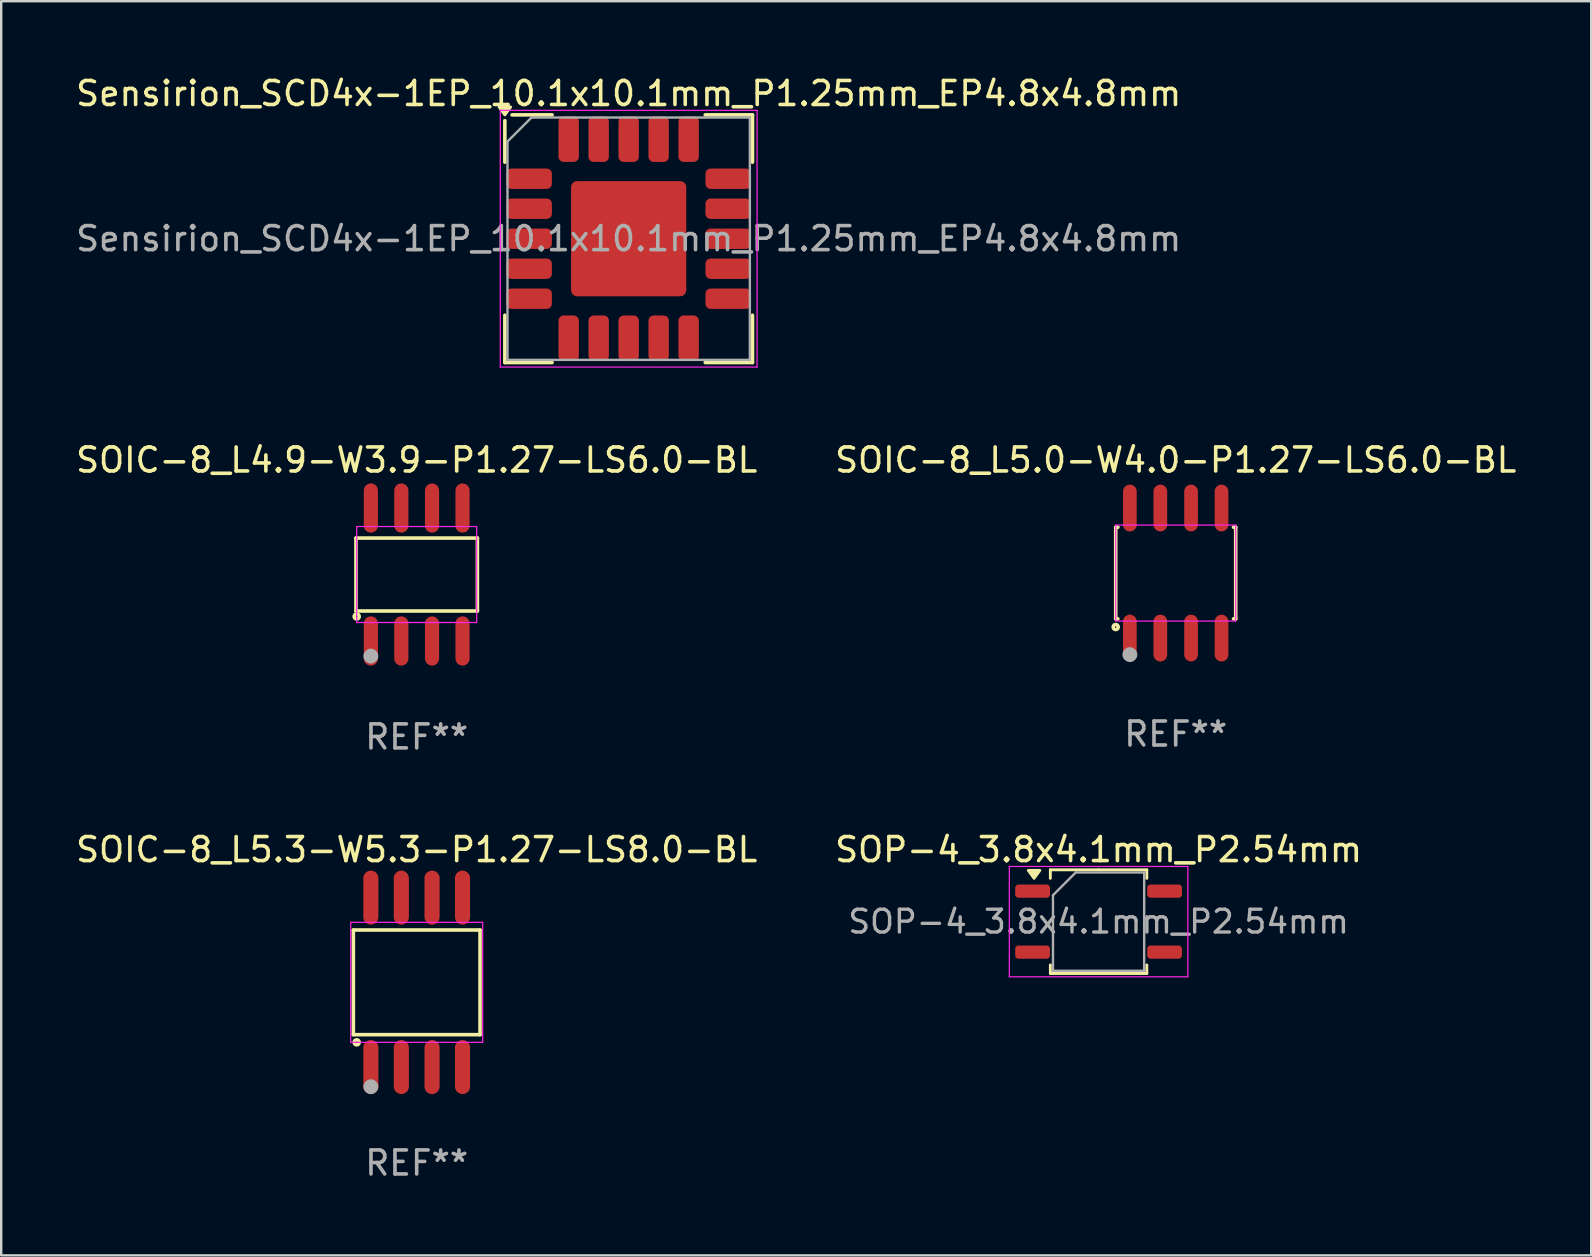
<source format=kicad_pcb>
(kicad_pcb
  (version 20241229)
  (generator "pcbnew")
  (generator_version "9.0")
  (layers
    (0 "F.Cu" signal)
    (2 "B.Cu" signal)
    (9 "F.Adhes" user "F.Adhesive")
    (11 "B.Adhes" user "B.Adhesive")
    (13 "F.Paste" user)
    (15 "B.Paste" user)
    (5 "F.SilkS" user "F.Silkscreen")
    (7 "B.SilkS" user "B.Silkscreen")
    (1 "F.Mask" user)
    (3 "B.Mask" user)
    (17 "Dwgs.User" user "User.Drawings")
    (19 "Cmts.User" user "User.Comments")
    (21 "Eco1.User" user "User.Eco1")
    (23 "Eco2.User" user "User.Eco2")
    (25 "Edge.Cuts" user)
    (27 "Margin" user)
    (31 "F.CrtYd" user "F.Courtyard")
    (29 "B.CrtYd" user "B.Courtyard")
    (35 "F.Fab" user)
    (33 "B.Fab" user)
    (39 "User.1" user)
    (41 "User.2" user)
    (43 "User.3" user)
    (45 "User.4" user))
  (footprint "SOIC-8_L5.3-W5.3-P1.27-LS8.0-BL"
    (layer "F.Cu")
    (at 14.315 37.888)
    (property "Reference" "SOIC-8_L5.3-W5.3-P1.27-LS8.0-BL" (at 0 -5.53 0) (layer "F.SilkS") (effects (font (size 1 1) (thickness 0.15))))
    (attr smd)
    (fp_line (start -2.64 -2.18) (end 2.64 -2.18) (stroke (width 0.15) (type solid)) (layer "F.SilkS"))
    (fp_line (start -2.64 2.18) (end -2.64 -2.18) (stroke (width 0.15) (type solid)) (layer "F.SilkS"))
    (fp_line (start 2.64 -2.18) (end 2.64 2.18) (stroke (width 0.15) (type solid)) (layer "F.SilkS"))
    (fp_line (start 2.64 2.18) (end -2.64 2.18) (stroke (width 0.15) (type solid)) (layer "F.SilkS"))
    (fp_circle (center -2.5 2.5) (end -2.47 2.5) (stroke (width 0.15) (type solid)) (fill no) (layer "F.SilkS"))
    (fp_line (start -2.75 -2.5) (end 2.75 -2.5) (stroke (width 0.05) (type default)) (layer "F.CrtYd"))
    (fp_line (start -2.75 2.5) (end -2.75 -2.5) (stroke (width 0.05) (type default)) (layer "F.CrtYd"))
    (fp_line (start 2.75 -2.5) (end 2.75 2.5) (stroke (width 0.05) (type default)) (layer "F.CrtYd"))
    (fp_line (start 2.75 2.5) (end -2.75 2.5) (stroke (width 0.05) (type default)) (layer "F.CrtYd"))
    (fp_circle (center -1.91 4.35) (end -1.75 4.35) (stroke (width 0.3) (type solid)) (fill no) (layer "F.Fab"))
    (fp_text user "REF**" (at 0 7.53 0) (layer "F.Fab") (effects (font (size 1 1) (thickness 0.15))))
    (pad "1" smd oval (at -1.91 3.53) (size 0.63 2.25) (layers "F.Cu" "F.Mask" "F.Paste"))
    (pad "2" smd oval (at -0.64 3.53) (size 0.63 2.25) (layers "F.Cu" "F.Mask" "F.Paste"))
    (pad "3" smd oval (at 0.64 3.53) (size 0.63 2.25) (layers "F.Cu" "F.Mask" "F.Paste"))
    (pad "4" smd oval (at 1.91 3.53) (size 0.63 2.25) (layers "F.Cu" "F.Mask" "F.Paste"))
    (pad "5" smd oval (at 1.91 -3.53) (size 0.63 2.25) (layers "F.Cu" "F.Mask" "F.Paste"))
    (pad "6" smd oval (at 0.64 -3.53) (size 0.63 2.25) (layers "F.Cu" "F.Mask" "F.Paste"))
    (pad "7" smd oval (at -0.64 -3.53) (size 0.63 2.25) (layers "F.Cu" "F.Mask" "F.Paste"))
    (pad "8" smd oval (at -1.91 -3.53) (size 0.63 2.25) (layers "F.Cu" "F.Mask" "F.Paste")))
  (footprint "SOP-4_3.8x4.1mm_P2.54mm"
    (layer "F.Cu")
    (at 42.732 35.358)
    (property "Reference" "SOP-4_3.8x4.1mm_P2.54mm" (at 0 -3 0) (layer "F.SilkS") (effects (font (size 1 1) (thickness 0.15))))
    (attr smd)
    (fp_line (start -2.01 -2.16) (end -2.01 -1.805) (stroke (width 0.12) (type solid)) (layer "F.SilkS"))
    (fp_line (start -2.01 2.16) (end -2.01 1.805) (stroke (width 0.12) (type solid)) (layer "F.SilkS"))
    (fp_line (start 0 -2.16) (end -2.01 -2.16) (stroke (width 0.12) (type solid)) (layer "F.SilkS"))
    (fp_line (start 0 -2.16) (end 2.01 -2.16) (stroke (width 0.12) (type solid)) (layer "F.SilkS"))
    (fp_line (start 0 2.16) (end -2.01 2.16) (stroke (width 0.12) (type solid)) (layer "F.SilkS"))
    (fp_line (start 0 2.16) (end 2.01 2.16) (stroke (width 0.12) (type solid)) (layer "F.SilkS"))
    (fp_line (start 2.01 -2.16) (end 2.01 -1.805) (stroke (width 0.12) (type solid)) (layer "F.SilkS"))
    (fp_line (start 2.01 2.16) (end 2.01 1.805) (stroke (width 0.12) (type solid)) (layer "F.SilkS"))
    (fp_poly (pts (xy -2.688 -1.805) (xy -2.928 -2.135) (xy -2.447 -2.135) (xy -2.688 -1.805)) (stroke (width 0.12) (type solid)) (fill yes) (layer "F.SilkS"))
    (fp_line (start -3.72 -2.3) (end -3.72 2.3) (stroke (width 0.05) (type solid)) (layer "F.CrtYd"))
    (fp_line (start -3.72 2.3) (end 3.72 2.3) (stroke (width 0.05) (type solid)) (layer "F.CrtYd"))
    (fp_line (start 3.72 -2.3) (end -3.72 -2.3) (stroke (width 0.05) (type solid)) (layer "F.CrtYd"))
    (fp_line (start 3.72 2.3) (end 3.72 -2.3) (stroke (width 0.05) (type solid)) (layer "F.CrtYd"))
    (fp_line (start -1.9 -1.1) (end -0.95 -2.05) (stroke (width 0.1) (type solid)) (layer "F.Fab"))
    (fp_line (start -1.9 2.05) (end -1.9 -1.1) (stroke (width 0.1) (type solid)) (layer "F.Fab"))
    (fp_line (start -0.95 -2.05) (end 1.9 -2.05) (stroke (width 0.1) (type solid)) (layer "F.Fab"))
    (fp_line (start 1.9 -2.05) (end 1.9 2.05) (stroke (width 0.1) (type solid)) (layer "F.Fab"))
    (fp_line (start 1.9 2.05) (end -1.9 2.05) (stroke (width 0.1) (type solid)) (layer "F.Fab"))
    (fp_text user "${REFERENCE}" (at 0 0 0) (layer "F.Fab") (effects (font (size 0.95 0.95) (thickness 0.14))))
    (pad "1" smd roundrect (at -2.75 -1.27) (size 1.45 0.55) (layers "F.Cu" "F.Mask" "F.Paste") (roundrect_rratio 0.25))
    (pad "2" smd roundrect (at -2.75 1.27) (size 1.45 0.55) (layers "F.Cu" "F.Mask" "F.Paste") (roundrect_rratio 0.25))
    (pad "3" smd roundrect (at 2.75 1.27) (size 1.45 0.55) (layers "F.Cu" "F.Mask" "F.Paste") (roundrect_rratio 0.25))
    (pad "4" smd roundrect (at 2.75 -1.27) (size 1.45 0.55) (layers "F.Cu" "F.Mask" "F.Paste") (roundrect_rratio 0.25)))
  (footprint "Sensirion_SCD4x-1EP_10.1x10.1mm_P1.25mm_EP4.8x4.8mm"
    (layer "F.Cu")
    (at 23.149 6.898)
    (property "Reference" "Sensirion_SCD4x-1EP_10.1x10.1mm_P1.25mm_EP4.8x4.8mm" (at 0 -6.05 0) (layer "F.SilkS") (effects (font (size 1 1) (thickness 0.15))))
    (attr smd)
    (fp_line (start -5.16 -3.19) (end -5.16 -4.92) (stroke (width 0.15) (type solid)) (layer "F.SilkS"))
    (fp_line (start -5.16 5.16) (end -5.16 3.19) (stroke (width 0.15) (type solid)) (layer "F.SilkS"))
    (fp_line (start -3.19 -5.16) (end -4.86 -5.16) (stroke (width 0.15) (type solid)) (layer "F.SilkS"))
    (fp_line (start -3.19 5.16) (end -5.16 5.16) (stroke (width 0.15) (type solid)) (layer "F.SilkS"))
    (fp_line (start 3.19 -5.16) (end 5.16 -5.16) (stroke (width 0.15) (type solid)) (layer "F.SilkS"))
    (fp_line (start 3.19 5.16) (end 5.16 5.16) (stroke (width 0.15) (type solid)) (layer "F.SilkS"))
    (fp_line (start 5.16 -5.16) (end 5.16 -3.19) (stroke (width 0.15) (type solid)) (layer "F.SilkS"))
    (fp_line (start 5.16 5.16) (end 5.16 3.19) (stroke (width 0.15) (type solid)) (layer "F.SilkS"))
    (fp_poly (pts (xy -5.16 -5.16) (xy -5.4 -5.49) (xy -4.92 -5.49) (xy -5.16 -5.16)) (stroke (width 0.12) (type solid)) (fill yes) (layer "F.SilkS"))
    (fp_line (start -5.35 -5.35) (end -5.35 5.35) (stroke (width 0.05) (type solid)) (layer "F.CrtYd"))
    (fp_line (start -5.35 5.35) (end 5.35 5.35) (stroke (width 0.05) (type solid)) (layer "F.CrtYd"))
    (fp_line (start 5.35 -5.35) (end -5.35 -5.35) (stroke (width 0.05) (type solid)) (layer "F.CrtYd"))
    (fp_line (start 5.35 5.35) (end 5.35 -5.35) (stroke (width 0.05) (type solid)) (layer "F.CrtYd"))
    (fp_line (start -5.05 -4.05) (end -4.05 -5.05) (stroke (width 0.1) (type solid)) (layer "F.Fab"))
    (fp_line (start -5.05 5.05) (end -5.05 -4.05) (stroke (width 0.1) (type solid)) (layer "F.Fab"))
    (fp_line (start -4.05 -5.05) (end 5.05 -5.05) (stroke (width 0.1) (type solid)) (layer "F.Fab"))
    (fp_line (start 5.05 -5.05) (end 5.05 5.05) (stroke (width 0.1) (type solid)) (layer "F.Fab"))
    (fp_line (start 5.05 5.05) (end -5.05 5.05) (stroke (width 0.1) (type solid)) (layer "F.Fab"))
    (fp_text user "${REFERENCE}" (at 0 0 0) (layer "F.Fab") (effects (font (size 1 1) (thickness 0.15))))
    (pad "" smd roundrect (at -1.2 -1.2) (size 1.93 1.93) (layers "F.Paste") (roundrect_rratio 0.13))
    (pad "" smd roundrect (at -1.2 1.2) (size 1.93 1.93) (layers "F.Paste") (roundrect_rratio 0.13))
    (pad "" smd roundrect (at 1.2 -1.2) (size 1.93 1.93) (layers "F.Paste") (roundrect_rratio 0.13))
    (pad "" smd roundrect (at 1.2 1.2) (size 1.93 1.93) (layers "F.Paste") (roundrect_rratio 0.13))
    (pad "1" smd roundrect (at -4.15 -2.5) (size 1.9 0.85) (layers "F.Cu" "F.Mask" "F.Paste") (roundrect_rratio 0.25))
    (pad "2" smd roundrect (at -4.15 -1.25) (size 1.9 0.85) (layers "F.Cu" "F.Mask" "F.Paste") (roundrect_rratio 0.25))
    (pad "3" smd roundrect (at -4.15 0) (size 1.9 0.85) (layers "F.Cu" "F.Mask" "F.Paste") (roundrect_rratio 0.25))
    (pad "4" smd roundrect (at -4.15 1.25) (size 1.9 0.85) (layers "F.Cu" "F.Mask" "F.Paste") (roundrect_rratio 0.25))
    (pad "5" smd roundrect (at -4.15 2.5) (size 1.9 0.85) (layers "F.Cu" "F.Mask" "F.Paste") (roundrect_rratio 0.25))
    (pad "6" smd roundrect (at -2.5 4.15) (size 0.85 1.9) (layers "F.Cu" "F.Mask" "F.Paste") (roundrect_rratio 0.25))
    (pad "7" smd roundrect (at -1.25 4.15) (size 0.85 1.9) (layers "F.Cu" "F.Mask" "F.Paste") (roundrect_rratio 0.25))
    (pad "8" smd roundrect (at 0 4.15) (size 0.85 1.9) (layers "F.Cu" "F.Mask" "F.Paste") (roundrect_rratio 0.25))
    (pad "9" smd roundrect (at 1.25 4.15) (size 0.85 1.9) (layers "F.Cu" "F.Mask" "F.Paste") (roundrect_rratio 0.25))
    (pad "10" smd roundrect (at 2.5 4.15) (size 0.85 1.9) (layers "F.Cu" "F.Mask" "F.Paste") (roundrect_rratio 0.25))
    (pad "11" smd roundrect (at 4.15 2.5) (size 1.9 0.85) (layers "F.Cu" "F.Mask" "F.Paste") (roundrect_rratio 0.25))
    (pad "12" smd roundrect (at 4.15 1.25) (size 1.9 0.85) (layers "F.Cu" "F.Mask" "F.Paste") (roundrect_rratio 0.25))
    (pad "13" smd roundrect (at 4.15 0) (size 1.9 0.85) (layers "F.Cu" "F.Mask" "F.Paste") (roundrect_rratio 0.25))
    (pad "14" smd roundrect (at 4.15 -1.25) (size 1.9 0.85) (layers "F.Cu" "F.Mask" "F.Paste") (roundrect_rratio 0.25))
    (pad "15" smd roundrect (at 4.15 -2.5) (size 1.9 0.85) (layers "F.Cu" "F.Mask" "F.Paste") (roundrect_rratio 0.25))
    (pad "16" smd roundrect (at 2.5 -4.15) (size 0.85 1.9) (layers "F.Cu" "F.Mask" "F.Paste") (roundrect_rratio 0.25))
    (pad "17" smd roundrect (at 1.25 -4.15) (size 0.85 1.9) (layers "F.Cu" "F.Mask" "F.Paste") (roundrect_rratio 0.25))
    (pad "18" smd roundrect (at 0 -4.15) (size 0.85 1.9) (layers "F.Cu" "F.Mask" "F.Paste") (roundrect_rratio 0.25))
    (pad "19" smd roundrect (at -1.25 -4.15) (size 0.85 1.9) (layers "F.Cu" "F.Mask" "F.Paste") (roundrect_rratio 0.25))
    (pad "20" smd roundrect (at -2.5 -4.15) (size 0.85 1.9) (layers "F.Cu" "F.Mask" "F.Paste") (roundrect_rratio 0.25))
    (pad "21" smd roundrect (at 0 0) (size 4.8 4.8) (property pad_prop_heatsink) (layers "F.Cu" "F.Mask") (roundrect_rratio 0.052)))
  (footprint "SOIC-8_L5.0-W4.0-P1.27-LS6.0-BL"
    (layer "F.Cu")
    (at 45.946 20.831)
    (property "Reference" "SOIC-8_L5.0-W4.0-P1.27-LS6.0-BL" (at 0 -4.71 0) (layer "F.SilkS") (effects (font (size 1 1) (thickness 0.15))))
    (attr smd)
    (fp_line (start -2.5 -1.91) (end -2.41 -1.91) (stroke (width 0.15) (type solid)) (layer "F.SilkS"))
    (fp_line (start -2.5 1.91) (end -2.5 -1.91) (stroke (width 0.15) (type solid)) (layer "F.SilkS"))
    (fp_line (start -2.5 1.91) (end -2.41 1.91) (stroke (width 0.15) (type solid)) (layer "F.SilkS"))
    (fp_line (start 2.5 -1.91) (end 2.41 -1.91) (stroke (width 0.15) (type solid)) (layer "F.SilkS"))
    (fp_line (start 2.5 -1.91) (end 2.5 1.91) (stroke (width 0.15) (type solid)) (layer "F.SilkS"))
    (fp_line (start 2.5 1.91) (end 2.41 1.91) (stroke (width 0.15) (type solid)) (layer "F.SilkS"))
    (fp_circle (center -2.5 2.25) (end -2.47 2.25) (stroke (width 0.15) (type solid)) (fill no) (layer "F.SilkS"))
    (fp_line (start -2.5 -2) (end 2.5 -2) (stroke (width 0.05) (type default)) (layer "F.CrtYd"))
    (fp_line (start -2.5 2) (end -2.5 -2) (stroke (width 0.05) (type default)) (layer "F.CrtYd"))
    (fp_line (start 2.5 -2) (end 2.5 2) (stroke (width 0.05) (type default)) (layer "F.CrtYd"))
    (fp_line (start 2.5 2) (end -2.5 2) (stroke (width 0.05) (type default)) (layer "F.CrtYd"))
    (fp_circle (center -1.91 3.4) (end -1.75 3.4) (stroke (width 0.3) (type solid)) (fill no) (layer "F.Fab"))
    (fp_text user "REF**" (at 0 6.71 0) (layer "F.Fab") (effects (font (size 1 1) (thickness 0.15))))
    (pad "1" smd oval (at -1.91 2.71) (size 0.57 1.95) (layers "F.Cu" "F.Mask" "F.Paste"))
    (pad "2" smd oval (at -0.64 2.71) (size 0.57 1.95) (layers "F.Cu" "F.Mask" "F.Paste"))
    (pad "3" smd oval (at 0.64 2.71) (size 0.57 1.95) (layers "F.Cu" "F.Mask" "F.Paste"))
    (pad "4" smd oval (at 1.91 2.71) (size 0.57 1.95) (layers "F.Cu" "F.Mask" "F.Paste"))
    (pad "5" smd oval (at 1.91 -2.71) (size 0.57 1.95) (layers "F.Cu" "F.Mask" "F.Paste"))
    (pad "6" smd oval (at 0.64 -2.71) (size 0.57 1.95) (layers "F.Cu" "F.Mask" "F.Paste"))
    (pad "7" smd oval (at -0.64 -2.71) (size 0.57 1.95) (layers "F.Cu" "F.Mask" "F.Paste"))
    (pad "8" smd oval (at -1.91 -2.71) (size 0.57 1.95) (layers "F.Cu" "F.Mask" "F.Paste")))
  (footprint "SOIC-8_L4.9-W3.9-P1.27-LS6.0-BL"
    (layer "F.Cu")
    (at 14.315 20.892)
    (property "Reference" "SOIC-8_L4.9-W3.9-P1.27-LS6.0-BL" (at 0 -4.77 0) (layer "F.SilkS") (effects (font (size 1 1) (thickness 0.15))))
    (attr smd)
    (fp_line (start -2.53 -1.52) (end 2.53 -1.52) (stroke (width 0.15) (type solid)) (layer "F.SilkS"))
    (fp_line (start -2.53 1.52) (end -2.53 -1.52) (stroke (width 0.15) (type solid)) (layer "F.SilkS"))
    (fp_line (start 2.53 -1.52) (end 2.53 1.52) (stroke (width 0.15) (type solid)) (layer "F.SilkS"))
    (fp_line (start 2.53 1.52) (end -2.53 1.52) (stroke (width 0.15) (type solid)) (layer "F.SilkS"))
    (fp_circle (center -2.5 1.75) (end -2.47 1.75) (stroke (width 0.15) (type solid)) (fill no) (layer "F.SilkS"))
    (fp_line (start -2.5 -2) (end -2.5 2) (stroke (width 0.05) (type default)) (layer "F.CrtYd"))
    (fp_line (start -2.5 2) (end 2.5 2) (stroke (width 0.05) (type default)) (layer "F.CrtYd"))
    (fp_line (start 2.5 -2) (end -2.5 -2) (stroke (width 0.05) (type default)) (layer "F.CrtYd"))
    (fp_line (start 2.5 2) (end 2.5 -2) (stroke (width 0.05) (type default)) (layer "F.CrtYd"))
    (fp_circle (center -1.91 3.4) (end -1.75 3.4) (stroke (width 0.3) (type solid)) (fill no) (layer "F.Fab"))
    (fp_text user "REF**" (at 0 6.77 0) (layer "F.Fab") (effects (font (size 1 1) (thickness 0.15))))
    (pad "1" smd oval (at -1.91 2.77) (size 0.59 2.05) (layers "F.Cu" "F.Mask" "F.Paste"))
    (pad "2" smd oval (at -0.64 2.77) (size 0.59 2.05) (layers "F.Cu" "F.Mask" "F.Paste"))
    (pad "3" smd oval (at 0.64 2.77) (size 0.59 2.05) (layers "F.Cu" "F.Mask" "F.Paste"))
    (pad "4" smd oval (at 1.91 2.77) (size 0.59 2.05) (layers "F.Cu" "F.Mask" "F.Paste"))
    (pad "5" smd oval (at 1.91 -2.77) (size 0.59 2.05) (layers "F.Cu" "F.Mask" "F.Paste"))
    (pad "6" smd oval (at 0.64 -2.77) (size 0.59 2.05) (layers "F.Cu" "F.Mask" "F.Paste"))
    (pad "7" smd oval (at -0.64 -2.77) (size 0.59 2.05) (layers "F.Cu" "F.Mask" "F.Paste"))
    (pad "8" smd oval (at -1.91 -2.77) (size 0.59 2.05) (layers "F.Cu" "F.Mask" "F.Paste")))
  (gr_rect
    (start -3 -3)
    (end 63.262 49.266)
    (stroke (width 0.1) (type default))
    (fill no)
    (layer "Edge.Cuts")))
</source>
